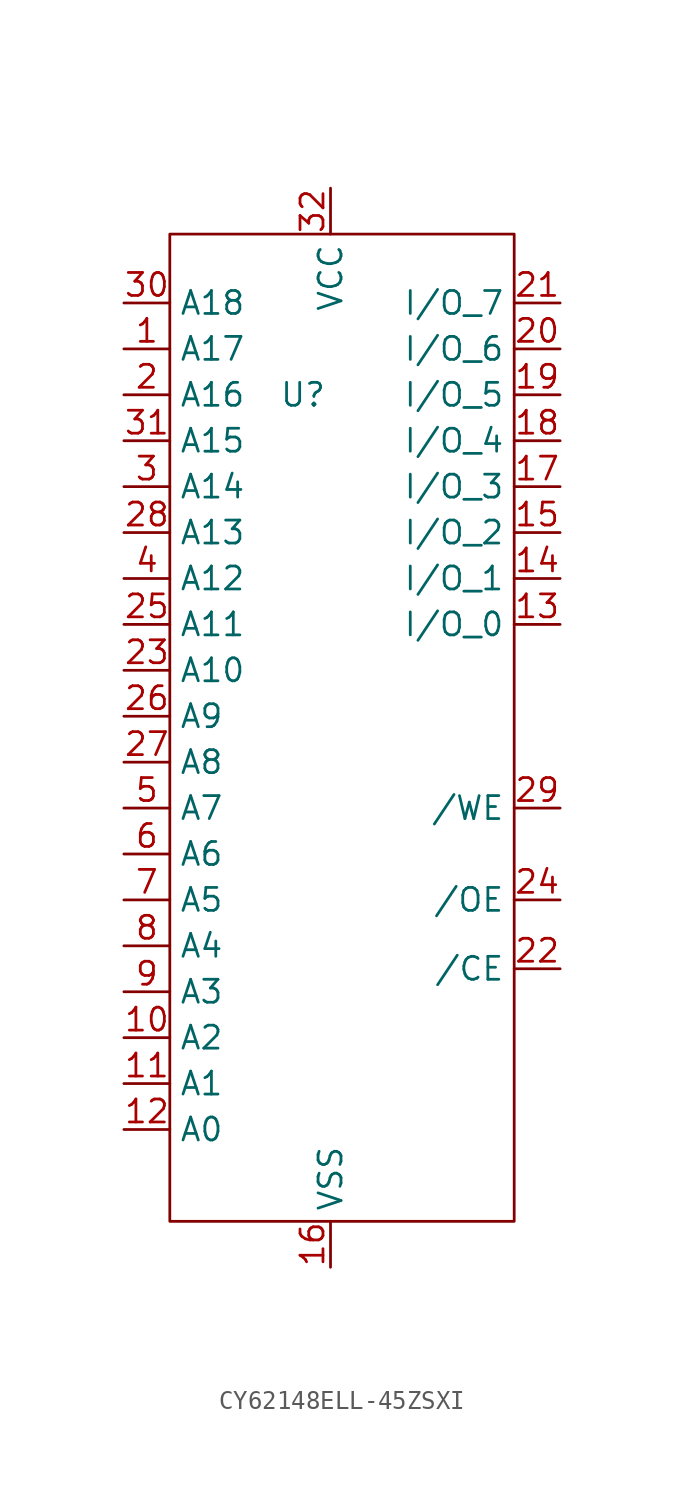
<source format=kicad_sym>
(kicad_symbol_lib
  (version 20231120)
  (generator "kicad_symbol_editor")
  (generator_version "8.0")
  (symbol "CY62148ELL-45ZSXI"
    (property "Reference" "U"
      (at -1.524 19.05 0)
      (effects (font (size 1.27 1.27))))
    (property "Value" ""
      (at 0 -26.67 0)
      (effects (font (size 1.27 1.27))))
    (symbol "CY62148ELL-45ZSXI_0_1"
      (rectangle (start -8.89 27.94) (end 10.16 -26.67) (stroke (width 0) (type default)) (fill (type none))))
    (symbol "CY62148ELL-45ZSXI_1_1"
      (pin input line (at -11.43 21.59 0) (length 2.54) (name "A17" (effects (font (size 1.27 1.27)))) (number "1" (effects (font (size 1.27 1.27)))))
      (pin input line (at -11.43 -16.51 0) (length 2.54) (name "A2" (effects (font (size 1.27 1.27)))) (number "10" (effects (font (size 1.27 1.27)))))
      (pin input line (at -11.43 -19.05 0) (length 2.54) (name "A1" (effects (font (size 1.27 1.27)))) (number "11" (effects (font (size 1.27 1.27)))))
      (pin input line (at -11.43 -21.59 0) (length 2.54) (name "A0" (effects (font (size 1.27 1.27)))) (number "12" (effects (font (size 1.27 1.27)))))
      (pin input line (at 12.7 6.35 180) (length 2.54) (name "I/O_0" (effects (font (size 1.27 1.27)))) (number "13" (effects (font (size 1.27 1.27)))))
      (pin input line (at 12.7 8.89 180) (length 2.54) (name "I/O_1" (effects (font (size 1.27 1.27)))) (number "14" (effects (font (size 1.27 1.27)))))
      (pin input line (at 12.7 11.43 180) (length 2.54) (name "I/O_2" (effects (font (size 1.27 1.27)))) (number "15" (effects (font (size 1.27 1.27)))))
      (pin input line (at 0 -29.21 90) (length 2.54) (name "VSS" (effects (font (size 1.27 1.27)))) (number "16" (effects (font (size 1.27 1.27)))))
      (pin input line (at 12.7 13.97 180) (length 2.54) (name "I/O_3" (effects (font (size 1.27 1.27)))) (number "17" (effects (font (size 1.27 1.27)))))
      (pin input line (at 12.7 16.51 180) (length 2.54) (name "I/O_4" (effects (font (size 1.27 1.27)))) (number "18" (effects (font (size 1.27 1.27)))))
      (pin input line (at 12.7 19.05 180) (length 2.54) (name "I/O_5" (effects (font (size 1.27 1.27)))) (number "19" (effects (font (size 1.27 1.27)))))
      (pin input line (at -11.43 19.05 0) (length 2.54) (name "A16" (effects (font (size 1.27 1.27)))) (number "2" (effects (font (size 1.27 1.27)))))
      (pin input line (at 12.7 21.59 180) (length 2.54) (name "I/O_6" (effects (font (size 1.27 1.27)))) (number "20" (effects (font (size 1.27 1.27)))))
      (pin input line (at 12.7 24.13 180) (length 2.54) (name "I/O_7" (effects (font (size 1.27 1.27)))) (number "21" (effects (font (size 1.27 1.27)))))
      (pin input line (at 12.7 -12.7 180) (length 2.54) (name "/CE" (effects (font (size 1.27 1.27)))) (number "22" (effects (font (size 1.27 1.27)))))
      (pin input line (at -11.43 3.81 0) (length 2.54) (name "A10" (effects (font (size 1.27 1.27)))) (number "23" (effects (font (size 1.27 1.27)))))
      (pin input line (at 12.7 -8.89 180) (length 2.54) (name "/OE" (effects (font (size 1.27 1.27)))) (number "24" (effects (font (size 1.27 1.27)))))
      (pin input line (at -11.43 6.35 0) (length 2.54) (name "A11" (effects (font (size 1.27 1.27)))) (number "25" (effects (font (size 1.27 1.27)))))
      (pin input line (at -11.43 1.27 0) (length 2.54) (name "A9" (effects (font (size 1.27 1.27)))) (number "26" (effects (font (size 1.27 1.27)))))
      (pin input line (at -11.43 -1.27 0) (length 2.54) (name "A8" (effects (font (size 1.27 1.27)))) (number "27" (effects (font (size 1.27 1.27)))))
      (pin input line (at -11.43 11.43 0) (length 2.54) (name "A13" (effects (font (size 1.27 1.27)))) (number "28" (effects (font (size 1.27 1.27)))))
      (pin input line (at 12.7 -3.81 180) (length 2.54) (name "/WE" (effects (font (size 1.27 1.27)))) (number "29" (effects (font (size 1.27 1.27)))))
      (pin input line (at -11.43 13.97 0) (length 2.54) (name "A14" (effects (font (size 1.27 1.27)))) (number "3" (effects (font (size 1.27 1.27)))))
      (pin input line (at -11.43 24.13 0) (length 2.54) (name "A18" (effects (font (size 1.27 1.27)))) (number "30" (effects (font (size 1.27 1.27)))))
      (pin input line (at -11.43 16.51 0) (length 2.54) (name "A15" (effects (font (size 1.27 1.27)))) (number "31" (effects (font (size 1.27 1.27)))))
      (pin input line (at 0 30.48 270) (length 2.54) (name "VCC" (effects (font (size 1.27 1.27)))) (number "32" (effects (font (size 1.27 1.27)))))
      (pin input line (at -11.43 8.89 0) (length 2.54) (name "A12" (effects (font (size 1.27 1.27)))) (number "4" (effects (font (size 1.27 1.27)))))
      (pin input line (at -11.43 -3.81 0) (length 2.54) (name "A7" (effects (font (size 1.27 1.27)))) (number "5" (effects (font (size 1.27 1.27)))))
      (pin input line (at -11.43 -6.35 0) (length 2.54) (name "A6" (effects (font (size 1.27 1.27)))) (number "6" (effects (font (size 1.27 1.27)))))
      (pin input line (at -11.43 -8.89 0) (length 2.54) (name "A5" (effects (font (size 1.27 1.27)))) (number "7" (effects (font (size 1.27 1.27)))))
      (pin input line (at -11.43 -11.43 0) (length 2.54) (name "A4" (effects (font (size 1.27 1.27)))) (number "8" (effects (font (size 1.27 1.27)))))
      (pin input line (at -11.43 -13.97 0) (length 2.54) (name "A3" (effects (font (size 1.27 1.27)))) (number "9" (effects (font (size 1.27 1.27))))))))
</source>
